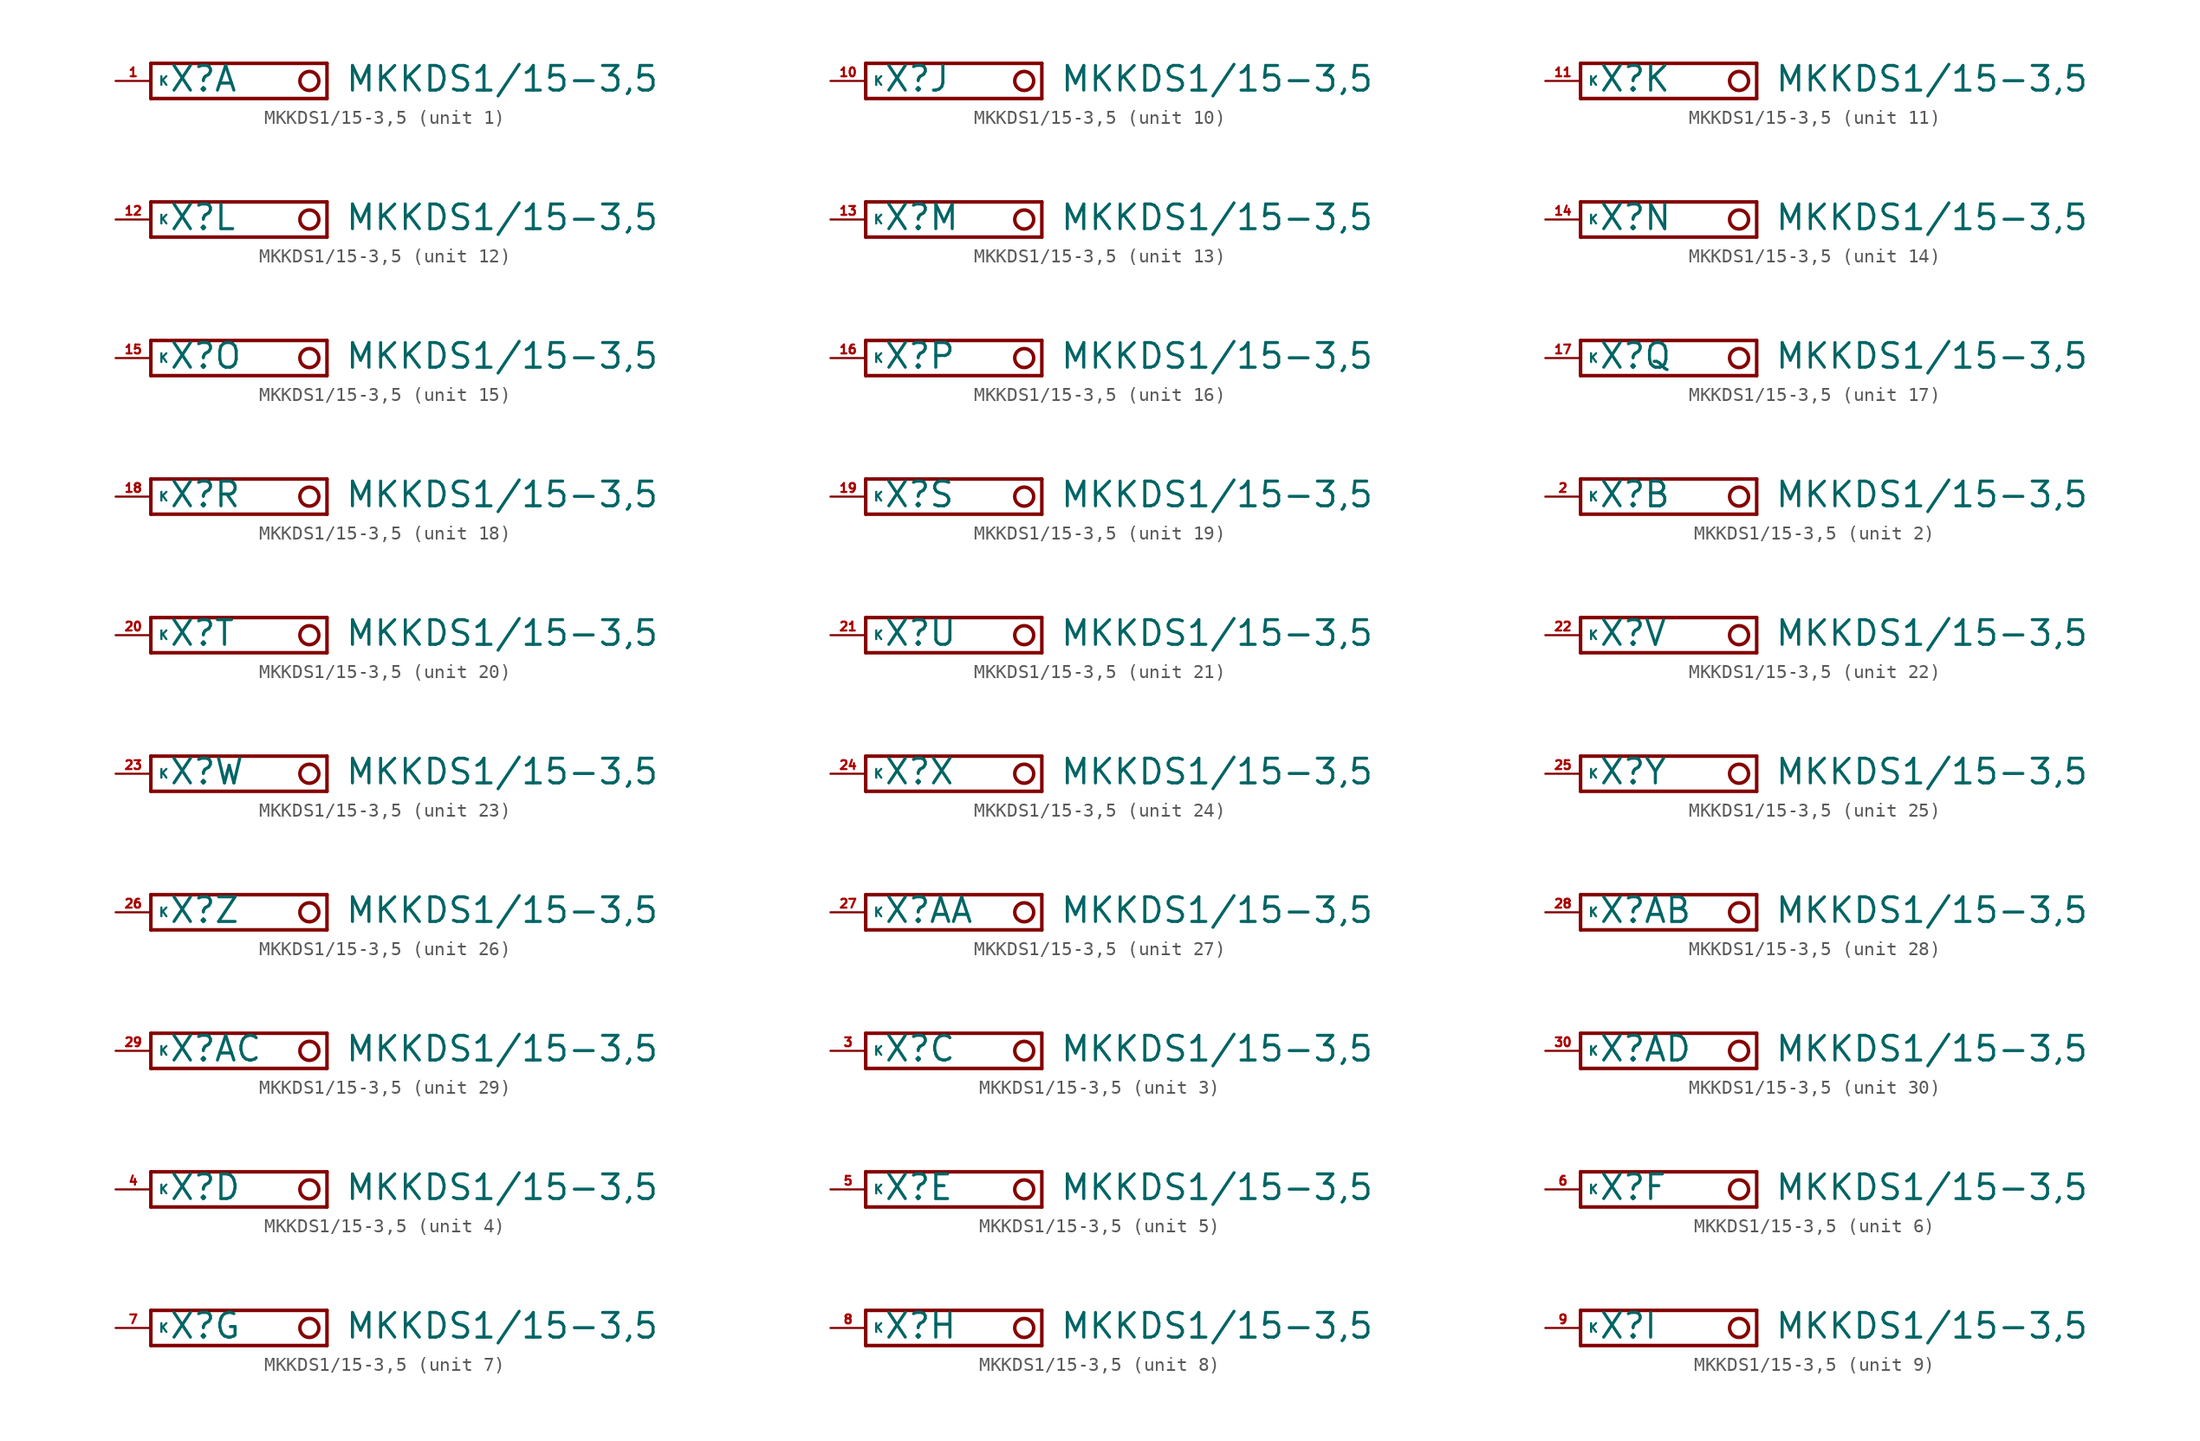
<source format=kicad_sym>
(kicad_symbol_lib
  (version 20220914)
  (generator Eagle2Kicad)
  (symbol "MKKDS1/15-3,5"
    (property "Reference" "X"
      (at 1.27 -0.889 0)
      (effects (font (size 1.778 1.778) (thickness 0.22)) (justify left bottom)))
    (property "Value" "MKKDS1/15-3,5"
      (at 13.97 -0.889 0)
      (effects (font (size 1.778 1.778) (thickness 0.22)) (justify left bottom)))
    (symbol "MKKDS1/15-3,5_1_0"
      (polyline (pts (xy 0 -1.27) (xy 0 1.27)) (stroke (width 0.254) (type default)) (fill (type none)))
      (polyline (pts (xy 12.7 -1.27) (xy 0 -1.27)) (stroke (width 0.254) (type default)) (fill (type none)))
      (polyline (pts (xy 12.7 -1.27) (xy 12.7 1.27)) (stroke (width 0.254) (type default)) (fill (type none)))
      (polyline (pts (xy 0 1.27) (xy 12.7 1.27)) (stroke (width 0.254) (type default)) (fill (type none)))
      (circle (center 11.43 0) (radius 0.684) (stroke (width 0.254) (type default)) (fill (type none)))
      (pin passive line (at -2.54 0 0) (length 2.54) (name "K" (effects (font (size 0.635 0.635) (thickness 0.08)) (justify left bottom))) (number "1" (effects (font (size 0.635 0.635) (thickness 0.08)) (justify left bottom)))))
    (symbol "MKKDS1/15-3,5_2_0"
      (polyline (pts (xy 0 -1.27) (xy 0 1.27)) (stroke (width 0.254) (type default)) (fill (type none)))
      (polyline (pts (xy 12.7 -1.27) (xy 0 -1.27)) (stroke (width 0.254) (type default)) (fill (type none)))
      (polyline (pts (xy 12.7 -1.27) (xy 12.7 1.27)) (stroke (width 0.254) (type default)) (fill (type none)))
      (polyline (pts (xy 0 1.27) (xy 12.7 1.27)) (stroke (width 0.254) (type default)) (fill (type none)))
      (circle (center 11.43 0) (radius 0.684) (stroke (width 0.254) (type default)) (fill (type none)))
      (pin passive line (at -2.54 0 0) (length 2.54) (name "K" (effects (font (size 0.635 0.635) (thickness 0.08)) (justify left bottom))) (number "2" (effects (font (size 0.635 0.635) (thickness 0.08)) (justify left bottom)))))
    (symbol "MKKDS1/15-3,5_3_0"
      (polyline (pts (xy 0 -1.27) (xy 0 1.27)) (stroke (width 0.254) (type default)) (fill (type none)))
      (polyline (pts (xy 12.7 -1.27) (xy 0 -1.27)) (stroke (width 0.254) (type default)) (fill (type none)))
      (polyline (pts (xy 12.7 -1.27) (xy 12.7 1.27)) (stroke (width 0.254) (type default)) (fill (type none)))
      (polyline (pts (xy 0 1.27) (xy 12.7 1.27)) (stroke (width 0.254) (type default)) (fill (type none)))
      (circle (center 11.43 0) (radius 0.684) (stroke (width 0.254) (type default)) (fill (type none)))
      (pin passive line (at -2.54 0 0) (length 2.54) (name "K" (effects (font (size 0.635 0.635) (thickness 0.08)) (justify left bottom))) (number "3" (effects (font (size 0.635 0.635) (thickness 0.08)) (justify left bottom)))))
    (symbol "MKKDS1/15-3,5_4_0"
      (polyline (pts (xy 0 -1.27) (xy 0 1.27)) (stroke (width 0.254) (type default)) (fill (type none)))
      (polyline (pts (xy 12.7 -1.27) (xy 0 -1.27)) (stroke (width 0.254) (type default)) (fill (type none)))
      (polyline (pts (xy 12.7 -1.27) (xy 12.7 1.27)) (stroke (width 0.254) (type default)) (fill (type none)))
      (polyline (pts (xy 0 1.27) (xy 12.7 1.27)) (stroke (width 0.254) (type default)) (fill (type none)))
      (circle (center 11.43 0) (radius 0.684) (stroke (width 0.254) (type default)) (fill (type none)))
      (pin passive line (at -2.54 0 0) (length 2.54) (name "K" (effects (font (size 0.635 0.635) (thickness 0.08)) (justify left bottom))) (number "4" (effects (font (size 0.635 0.635) (thickness 0.08)) (justify left bottom)))))
    (symbol "MKKDS1/15-3,5_5_0"
      (polyline (pts (xy 0 -1.27) (xy 0 1.27)) (stroke (width 0.254) (type default)) (fill (type none)))
      (polyline (pts (xy 12.7 -1.27) (xy 0 -1.27)) (stroke (width 0.254) (type default)) (fill (type none)))
      (polyline (pts (xy 12.7 -1.27) (xy 12.7 1.27)) (stroke (width 0.254) (type default)) (fill (type none)))
      (polyline (pts (xy 0 1.27) (xy 12.7 1.27)) (stroke (width 0.254) (type default)) (fill (type none)))
      (circle (center 11.43 0) (radius 0.684) (stroke (width 0.254) (type default)) (fill (type none)))
      (pin passive line (at -2.54 0 0) (length 2.54) (name "K" (effects (font (size 0.635 0.635) (thickness 0.08)) (justify left bottom))) (number "5" (effects (font (size 0.635 0.635) (thickness 0.08)) (justify left bottom)))))
    (symbol "MKKDS1/15-3,5_6_0"
      (polyline (pts (xy 0 -1.27) (xy 0 1.27)) (stroke (width 0.254) (type default)) (fill (type none)))
      (polyline (pts (xy 12.7 -1.27) (xy 0 -1.27)) (stroke (width 0.254) (type default)) (fill (type none)))
      (polyline (pts (xy 12.7 -1.27) (xy 12.7 1.27)) (stroke (width 0.254) (type default)) (fill (type none)))
      (polyline (pts (xy 0 1.27) (xy 12.7 1.27)) (stroke (width 0.254) (type default)) (fill (type none)))
      (circle (center 11.43 0) (radius 0.684) (stroke (width 0.254) (type default)) (fill (type none)))
      (pin passive line (at -2.54 0 0) (length 2.54) (name "K" (effects (font (size 0.635 0.635) (thickness 0.08)) (justify left bottom))) (number "6" (effects (font (size 0.635 0.635) (thickness 0.08)) (justify left bottom)))))
    (symbol "MKKDS1/15-3,5_7_0"
      (polyline (pts (xy 0 -1.27) (xy 0 1.27)) (stroke (width 0.254) (type default)) (fill (type none)))
      (polyline (pts (xy 12.7 -1.27) (xy 0 -1.27)) (stroke (width 0.254) (type default)) (fill (type none)))
      (polyline (pts (xy 12.7 -1.27) (xy 12.7 1.27)) (stroke (width 0.254) (type default)) (fill (type none)))
      (polyline (pts (xy 0 1.27) (xy 12.7 1.27)) (stroke (width 0.254) (type default)) (fill (type none)))
      (circle (center 11.43 0) (radius 0.684) (stroke (width 0.254) (type default)) (fill (type none)))
      (pin passive line (at -2.54 0 0) (length 2.54) (name "K" (effects (font (size 0.635 0.635) (thickness 0.08)) (justify left bottom))) (number "7" (effects (font (size 0.635 0.635) (thickness 0.08)) (justify left bottom)))))
    (symbol "MKKDS1/15-3,5_8_0"
      (polyline (pts (xy 0 -1.27) (xy 0 1.27)) (stroke (width 0.254) (type default)) (fill (type none)))
      (polyline (pts (xy 12.7 -1.27) (xy 0 -1.27)) (stroke (width 0.254) (type default)) (fill (type none)))
      (polyline (pts (xy 12.7 -1.27) (xy 12.7 1.27)) (stroke (width 0.254) (type default)) (fill (type none)))
      (polyline (pts (xy 0 1.27) (xy 12.7 1.27)) (stroke (width 0.254) (type default)) (fill (type none)))
      (circle (center 11.43 0) (radius 0.684) (stroke (width 0.254) (type default)) (fill (type none)))
      (pin passive line (at -2.54 0 0) (length 2.54) (name "K" (effects (font (size 0.635 0.635) (thickness 0.08)) (justify left bottom))) (number "8" (effects (font (size 0.635 0.635) (thickness 0.08)) (justify left bottom)))))
    (symbol "MKKDS1/15-3,5_9_0"
      (polyline (pts (xy 0 -1.27) (xy 0 1.27)) (stroke (width 0.254) (type default)) (fill (type none)))
      (polyline (pts (xy 12.7 -1.27) (xy 0 -1.27)) (stroke (width 0.254) (type default)) (fill (type none)))
      (polyline (pts (xy 12.7 -1.27) (xy 12.7 1.27)) (stroke (width 0.254) (type default)) (fill (type none)))
      (polyline (pts (xy 0 1.27) (xy 12.7 1.27)) (stroke (width 0.254) (type default)) (fill (type none)))
      (circle (center 11.43 0) (radius 0.684) (stroke (width 0.254) (type default)) (fill (type none)))
      (pin passive line (at -2.54 0 0) (length 2.54) (name "K" (effects (font (size 0.635 0.635) (thickness 0.08)) (justify left bottom))) (number "9" (effects (font (size 0.635 0.635) (thickness 0.08)) (justify left bottom)))))
    (symbol "MKKDS1/15-3,5_10_0"
      (polyline (pts (xy 0 -1.27) (xy 0 1.27)) (stroke (width 0.254) (type default)) (fill (type none)))
      (polyline (pts (xy 12.7 -1.27) (xy 0 -1.27)) (stroke (width 0.254) (type default)) (fill (type none)))
      (polyline (pts (xy 12.7 -1.27) (xy 12.7 1.27)) (stroke (width 0.254) (type default)) (fill (type none)))
      (polyline (pts (xy 0 1.27) (xy 12.7 1.27)) (stroke (width 0.254) (type default)) (fill (type none)))
      (circle (center 11.43 0) (radius 0.684) (stroke (width 0.254) (type default)) (fill (type none)))
      (pin passive line (at -2.54 0 0) (length 2.54) (name "K" (effects (font (size 0.635 0.635) (thickness 0.08)) (justify left bottom))) (number "10" (effects (font (size 0.635 0.635) (thickness 0.08)) (justify left bottom)))))
    (symbol "MKKDS1/15-3,5_11_0"
      (polyline (pts (xy 0 -1.27) (xy 0 1.27)) (stroke (width 0.254) (type default)) (fill (type none)))
      (polyline (pts (xy 12.7 -1.27) (xy 0 -1.27)) (stroke (width 0.254) (type default)) (fill (type none)))
      (polyline (pts (xy 12.7 -1.27) (xy 12.7 1.27)) (stroke (width 0.254) (type default)) (fill (type none)))
      (polyline (pts (xy 0 1.27) (xy 12.7 1.27)) (stroke (width 0.254) (type default)) (fill (type none)))
      (circle (center 11.43 0) (radius 0.684) (stroke (width 0.254) (type default)) (fill (type none)))
      (pin passive line (at -2.54 0 0) (length 2.54) (name "K" (effects (font (size 0.635 0.635) (thickness 0.08)) (justify left bottom))) (number "11" (effects (font (size 0.635 0.635) (thickness 0.08)) (justify left bottom)))))
    (symbol "MKKDS1/15-3,5_12_0"
      (polyline (pts (xy 0 -1.27) (xy 0 1.27)) (stroke (width 0.254) (type default)) (fill (type none)))
      (polyline (pts (xy 12.7 -1.27) (xy 0 -1.27)) (stroke (width 0.254) (type default)) (fill (type none)))
      (polyline (pts (xy 12.7 -1.27) (xy 12.7 1.27)) (stroke (width 0.254) (type default)) (fill (type none)))
      (polyline (pts (xy 0 1.27) (xy 12.7 1.27)) (stroke (width 0.254) (type default)) (fill (type none)))
      (circle (center 11.43 0) (radius 0.684) (stroke (width 0.254) (type default)) (fill (type none)))
      (pin passive line (at -2.54 0 0) (length 2.54) (name "K" (effects (font (size 0.635 0.635) (thickness 0.08)) (justify left bottom))) (number "12" (effects (font (size 0.635 0.635) (thickness 0.08)) (justify left bottom)))))
    (symbol "MKKDS1/15-3,5_13_0"
      (polyline (pts (xy 0 -1.27) (xy 0 1.27)) (stroke (width 0.254) (type default)) (fill (type none)))
      (polyline (pts (xy 12.7 -1.27) (xy 0 -1.27)) (stroke (width 0.254) (type default)) (fill (type none)))
      (polyline (pts (xy 12.7 -1.27) (xy 12.7 1.27)) (stroke (width 0.254) (type default)) (fill (type none)))
      (polyline (pts (xy 0 1.27) (xy 12.7 1.27)) (stroke (width 0.254) (type default)) (fill (type none)))
      (circle (center 11.43 0) (radius 0.684) (stroke (width 0.254) (type default)) (fill (type none)))
      (pin passive line (at -2.54 0 0) (length 2.54) (name "K" (effects (font (size 0.635 0.635) (thickness 0.08)) (justify left bottom))) (number "13" (effects (font (size 0.635 0.635) (thickness 0.08)) (justify left bottom)))))
    (symbol "MKKDS1/15-3,5_14_0"
      (polyline (pts (xy 0 -1.27) (xy 0 1.27)) (stroke (width 0.254) (type default)) (fill (type none)))
      (polyline (pts (xy 12.7 -1.27) (xy 0 -1.27)) (stroke (width 0.254) (type default)) (fill (type none)))
      (polyline (pts (xy 12.7 -1.27) (xy 12.7 1.27)) (stroke (width 0.254) (type default)) (fill (type none)))
      (polyline (pts (xy 0 1.27) (xy 12.7 1.27)) (stroke (width 0.254) (type default)) (fill (type none)))
      (circle (center 11.43 0) (radius 0.684) (stroke (width 0.254) (type default)) (fill (type none)))
      (pin passive line (at -2.54 0 0) (length 2.54) (name "K" (effects (font (size 0.635 0.635) (thickness 0.08)) (justify left bottom))) (number "14" (effects (font (size 0.635 0.635) (thickness 0.08)) (justify left bottom)))))
    (symbol "MKKDS1/15-3,5_15_0"
      (polyline (pts (xy 0 -1.27) (xy 0 1.27)) (stroke (width 0.254) (type default)) (fill (type none)))
      (polyline (pts (xy 12.7 -1.27) (xy 0 -1.27)) (stroke (width 0.254) (type default)) (fill (type none)))
      (polyline (pts (xy 12.7 -1.27) (xy 12.7 1.27)) (stroke (width 0.254) (type default)) (fill (type none)))
      (polyline (pts (xy 0 1.27) (xy 12.7 1.27)) (stroke (width 0.254) (type default)) (fill (type none)))
      (circle (center 11.43 0) (radius 0.684) (stroke (width 0.254) (type default)) (fill (type none)))
      (pin passive line (at -2.54 0 0) (length 2.54) (name "K" (effects (font (size 0.635 0.635) (thickness 0.08)) (justify left bottom))) (number "15" (effects (font (size 0.635 0.635) (thickness 0.08)) (justify left bottom)))))
    (symbol "MKKDS1/15-3,5_16_0"
      (polyline (pts (xy 0 -1.27) (xy 0 1.27)) (stroke (width 0.254) (type default)) (fill (type none)))
      (polyline (pts (xy 12.7 -1.27) (xy 0 -1.27)) (stroke (width 0.254) (type default)) (fill (type none)))
      (polyline (pts (xy 12.7 -1.27) (xy 12.7 1.27)) (stroke (width 0.254) (type default)) (fill (type none)))
      (polyline (pts (xy 0 1.27) (xy 12.7 1.27)) (stroke (width 0.254) (type default)) (fill (type none)))
      (circle (center 11.43 0) (radius 0.684) (stroke (width 0.254) (type default)) (fill (type none)))
      (pin passive line (at -2.54 0 0) (length 2.54) (name "K" (effects (font (size 0.635 0.635) (thickness 0.08)) (justify left bottom))) (number "16" (effects (font (size 0.635 0.635) (thickness 0.08)) (justify left bottom)))))
    (symbol "MKKDS1/15-3,5_17_0"
      (polyline (pts (xy 0 -1.27) (xy 0 1.27)) (stroke (width 0.254) (type default)) (fill (type none)))
      (polyline (pts (xy 12.7 -1.27) (xy 0 -1.27)) (stroke (width 0.254) (type default)) (fill (type none)))
      (polyline (pts (xy 12.7 -1.27) (xy 12.7 1.27)) (stroke (width 0.254) (type default)) (fill (type none)))
      (polyline (pts (xy 0 1.27) (xy 12.7 1.27)) (stroke (width 0.254) (type default)) (fill (type none)))
      (circle (center 11.43 0) (radius 0.684) (stroke (width 0.254) (type default)) (fill (type none)))
      (pin passive line (at -2.54 0 0) (length 2.54) (name "K" (effects (font (size 0.635 0.635) (thickness 0.08)) (justify left bottom))) (number "17" (effects (font (size 0.635 0.635) (thickness 0.08)) (justify left bottom)))))
    (symbol "MKKDS1/15-3,5_18_0"
      (polyline (pts (xy 0 -1.27) (xy 0 1.27)) (stroke (width 0.254) (type default)) (fill (type none)))
      (polyline (pts (xy 12.7 -1.27) (xy 0 -1.27)) (stroke (width 0.254) (type default)) (fill (type none)))
      (polyline (pts (xy 12.7 -1.27) (xy 12.7 1.27)) (stroke (width 0.254) (type default)) (fill (type none)))
      (polyline (pts (xy 0 1.27) (xy 12.7 1.27)) (stroke (width 0.254) (type default)) (fill (type none)))
      (circle (center 11.43 0) (radius 0.684) (stroke (width 0.254) (type default)) (fill (type none)))
      (pin passive line (at -2.54 0 0) (length 2.54) (name "K" (effects (font (size 0.635 0.635) (thickness 0.08)) (justify left bottom))) (number "18" (effects (font (size 0.635 0.635) (thickness 0.08)) (justify left bottom)))))
    (symbol "MKKDS1/15-3,5_19_0"
      (polyline (pts (xy 0 -1.27) (xy 0 1.27)) (stroke (width 0.254) (type default)) (fill (type none)))
      (polyline (pts (xy 12.7 -1.27) (xy 0 -1.27)) (stroke (width 0.254) (type default)) (fill (type none)))
      (polyline (pts (xy 12.7 -1.27) (xy 12.7 1.27)) (stroke (width 0.254) (type default)) (fill (type none)))
      (polyline (pts (xy 0 1.27) (xy 12.7 1.27)) (stroke (width 0.254) (type default)) (fill (type none)))
      (circle (center 11.43 0) (radius 0.684) (stroke (width 0.254) (type default)) (fill (type none)))
      (pin passive line (at -2.54 0 0) (length 2.54) (name "K" (effects (font (size 0.635 0.635) (thickness 0.08)) (justify left bottom))) (number "19" (effects (font (size 0.635 0.635) (thickness 0.08)) (justify left bottom)))))
    (symbol "MKKDS1/15-3,5_20_0"
      (polyline (pts (xy 0 -1.27) (xy 0 1.27)) (stroke (width 0.254) (type default)) (fill (type none)))
      (polyline (pts (xy 12.7 -1.27) (xy 0 -1.27)) (stroke (width 0.254) (type default)) (fill (type none)))
      (polyline (pts (xy 12.7 -1.27) (xy 12.7 1.27)) (stroke (width 0.254) (type default)) (fill (type none)))
      (polyline (pts (xy 0 1.27) (xy 12.7 1.27)) (stroke (width 0.254) (type default)) (fill (type none)))
      (circle (center 11.43 0) (radius 0.684) (stroke (width 0.254) (type default)) (fill (type none)))
      (pin passive line (at -2.54 0 0) (length 2.54) (name "K" (effects (font (size 0.635 0.635) (thickness 0.08)) (justify left bottom))) (number "20" (effects (font (size 0.635 0.635) (thickness 0.08)) (justify left bottom)))))
    (symbol "MKKDS1/15-3,5_21_0"
      (polyline (pts (xy 0 -1.27) (xy 0 1.27)) (stroke (width 0.254) (type default)) (fill (type none)))
      (polyline (pts (xy 12.7 -1.27) (xy 0 -1.27)) (stroke (width 0.254) (type default)) (fill (type none)))
      (polyline (pts (xy 12.7 -1.27) (xy 12.7 1.27)) (stroke (width 0.254) (type default)) (fill (type none)))
      (polyline (pts (xy 0 1.27) (xy 12.7 1.27)) (stroke (width 0.254) (type default)) (fill (type none)))
      (circle (center 11.43 0) (radius 0.684) (stroke (width 0.254) (type default)) (fill (type none)))
      (pin passive line (at -2.54 0 0) (length 2.54) (name "K" (effects (font (size 0.635 0.635) (thickness 0.08)) (justify left bottom))) (number "21" (effects (font (size 0.635 0.635) (thickness 0.08)) (justify left bottom)))))
    (symbol "MKKDS1/15-3,5_22_0"
      (polyline (pts (xy 0 -1.27) (xy 0 1.27)) (stroke (width 0.254) (type default)) (fill (type none)))
      (polyline (pts (xy 12.7 -1.27) (xy 0 -1.27)) (stroke (width 0.254) (type default)) (fill (type none)))
      (polyline (pts (xy 12.7 -1.27) (xy 12.7 1.27)) (stroke (width 0.254) (type default)) (fill (type none)))
      (polyline (pts (xy 0 1.27) (xy 12.7 1.27)) (stroke (width 0.254) (type default)) (fill (type none)))
      (circle (center 11.43 0) (radius 0.684) (stroke (width 0.254) (type default)) (fill (type none)))
      (pin passive line (at -2.54 0 0) (length 2.54) (name "K" (effects (font (size 0.635 0.635) (thickness 0.08)) (justify left bottom))) (number "22" (effects (font (size 0.635 0.635) (thickness 0.08)) (justify left bottom)))))
    (symbol "MKKDS1/15-3,5_23_0"
      (polyline (pts (xy 0 -1.27) (xy 0 1.27)) (stroke (width 0.254) (type default)) (fill (type none)))
      (polyline (pts (xy 12.7 -1.27) (xy 0 -1.27)) (stroke (width 0.254) (type default)) (fill (type none)))
      (polyline (pts (xy 12.7 -1.27) (xy 12.7 1.27)) (stroke (width 0.254) (type default)) (fill (type none)))
      (polyline (pts (xy 0 1.27) (xy 12.7 1.27)) (stroke (width 0.254) (type default)) (fill (type none)))
      (circle (center 11.43 0) (radius 0.684) (stroke (width 0.254) (type default)) (fill (type none)))
      (pin passive line (at -2.54 0 0) (length 2.54) (name "K" (effects (font (size 0.635 0.635) (thickness 0.08)) (justify left bottom))) (number "23" (effects (font (size 0.635 0.635) (thickness 0.08)) (justify left bottom)))))
    (symbol "MKKDS1/15-3,5_24_0"
      (polyline (pts (xy 0 -1.27) (xy 0 1.27)) (stroke (width 0.254) (type default)) (fill (type none)))
      (polyline (pts (xy 12.7 -1.27) (xy 0 -1.27)) (stroke (width 0.254) (type default)) (fill (type none)))
      (polyline (pts (xy 12.7 -1.27) (xy 12.7 1.27)) (stroke (width 0.254) (type default)) (fill (type none)))
      (polyline (pts (xy 0 1.27) (xy 12.7 1.27)) (stroke (width 0.254) (type default)) (fill (type none)))
      (circle (center 11.43 0) (radius 0.684) (stroke (width 0.254) (type default)) (fill (type none)))
      (pin passive line (at -2.54 0 0) (length 2.54) (name "K" (effects (font (size 0.635 0.635) (thickness 0.08)) (justify left bottom))) (number "24" (effects (font (size 0.635 0.635) (thickness 0.08)) (justify left bottom)))))
    (symbol "MKKDS1/15-3,5_25_0"
      (polyline (pts (xy 0 -1.27) (xy 0 1.27)) (stroke (width 0.254) (type default)) (fill (type none)))
      (polyline (pts (xy 12.7 -1.27) (xy 0 -1.27)) (stroke (width 0.254) (type default)) (fill (type none)))
      (polyline (pts (xy 12.7 -1.27) (xy 12.7 1.27)) (stroke (width 0.254) (type default)) (fill (type none)))
      (polyline (pts (xy 0 1.27) (xy 12.7 1.27)) (stroke (width 0.254) (type default)) (fill (type none)))
      (circle (center 11.43 0) (radius 0.684) (stroke (width 0.254) (type default)) (fill (type none)))
      (pin passive line (at -2.54 0 0) (length 2.54) (name "K" (effects (font (size 0.635 0.635) (thickness 0.08)) (justify left bottom))) (number "25" (effects (font (size 0.635 0.635) (thickness 0.08)) (justify left bottom)))))
    (symbol "MKKDS1/15-3,5_26_0"
      (polyline (pts (xy 0 -1.27) (xy 0 1.27)) (stroke (width 0.254) (type default)) (fill (type none)))
      (polyline (pts (xy 12.7 -1.27) (xy 0 -1.27)) (stroke (width 0.254) (type default)) (fill (type none)))
      (polyline (pts (xy 12.7 -1.27) (xy 12.7 1.27)) (stroke (width 0.254) (type default)) (fill (type none)))
      (polyline (pts (xy 0 1.27) (xy 12.7 1.27)) (stroke (width 0.254) (type default)) (fill (type none)))
      (circle (center 11.43 0) (radius 0.684) (stroke (width 0.254) (type default)) (fill (type none)))
      (pin passive line (at -2.54 0 0) (length 2.54) (name "K" (effects (font (size 0.635 0.635) (thickness 0.08)) (justify left bottom))) (number "26" (effects (font (size 0.635 0.635) (thickness 0.08)) (justify left bottom)))))
    (symbol "MKKDS1/15-3,5_27_0"
      (polyline (pts (xy 0 -1.27) (xy 0 1.27)) (stroke (width 0.254) (type default)) (fill (type none)))
      (polyline (pts (xy 12.7 -1.27) (xy 0 -1.27)) (stroke (width 0.254) (type default)) (fill (type none)))
      (polyline (pts (xy 12.7 -1.27) (xy 12.7 1.27)) (stroke (width 0.254) (type default)) (fill (type none)))
      (polyline (pts (xy 0 1.27) (xy 12.7 1.27)) (stroke (width 0.254) (type default)) (fill (type none)))
      (circle (center 11.43 0) (radius 0.684) (stroke (width 0.254) (type default)) (fill (type none)))
      (pin passive line (at -2.54 0 0) (length 2.54) (name "K" (effects (font (size 0.635 0.635) (thickness 0.08)) (justify left bottom))) (number "27" (effects (font (size 0.635 0.635) (thickness 0.08)) (justify left bottom)))))
    (symbol "MKKDS1/15-3,5_28_0"
      (polyline (pts (xy 0 -1.27) (xy 0 1.27)) (stroke (width 0.254) (type default)) (fill (type none)))
      (polyline (pts (xy 12.7 -1.27) (xy 0 -1.27)) (stroke (width 0.254) (type default)) (fill (type none)))
      (polyline (pts (xy 12.7 -1.27) (xy 12.7 1.27)) (stroke (width 0.254) (type default)) (fill (type none)))
      (polyline (pts (xy 0 1.27) (xy 12.7 1.27)) (stroke (width 0.254) (type default)) (fill (type none)))
      (circle (center 11.43 0) (radius 0.684) (stroke (width 0.254) (type default)) (fill (type none)))
      (pin passive line (at -2.54 0 0) (length 2.54) (name "K" (effects (font (size 0.635 0.635) (thickness 0.08)) (justify left bottom))) (number "28" (effects (font (size 0.635 0.635) (thickness 0.08)) (justify left bottom)))))
    (symbol "MKKDS1/15-3,5_29_0"
      (polyline (pts (xy 0 -1.27) (xy 0 1.27)) (stroke (width 0.254) (type default)) (fill (type none)))
      (polyline (pts (xy 12.7 -1.27) (xy 0 -1.27)) (stroke (width 0.254) (type default)) (fill (type none)))
      (polyline (pts (xy 12.7 -1.27) (xy 12.7 1.27)) (stroke (width 0.254) (type default)) (fill (type none)))
      (polyline (pts (xy 0 1.27) (xy 12.7 1.27)) (stroke (width 0.254) (type default)) (fill (type none)))
      (circle (center 11.43 0) (radius 0.684) (stroke (width 0.254) (type default)) (fill (type none)))
      (pin passive line (at -2.54 0 0) (length 2.54) (name "K" (effects (font (size 0.635 0.635) (thickness 0.08)) (justify left bottom))) (number "29" (effects (font (size 0.635 0.635) (thickness 0.08)) (justify left bottom)))))
    (symbol "MKKDS1/15-3,5_30_0"
      (polyline (pts (xy 0 -1.27) (xy 0 1.27)) (stroke (width 0.254) (type default)) (fill (type none)))
      (polyline (pts (xy 12.7 -1.27) (xy 0 -1.27)) (stroke (width 0.254) (type default)) (fill (type none)))
      (polyline (pts (xy 12.7 -1.27) (xy 12.7 1.27)) (stroke (width 0.254) (type default)) (fill (type none)))
      (polyline (pts (xy 0 1.27) (xy 12.7 1.27)) (stroke (width 0.254) (type default)) (fill (type none)))
      (circle (center 11.43 0) (radius 0.684) (stroke (width 0.254) (type default)) (fill (type none)))
      (pin passive line (at -2.54 0 0) (length 2.54) (name "K" (effects (font (size 0.635 0.635) (thickness 0.08)) (justify left bottom))) (number "30" (effects (font (size 0.635 0.635) (thickness 0.08)) (justify left bottom)))))))
</source>
